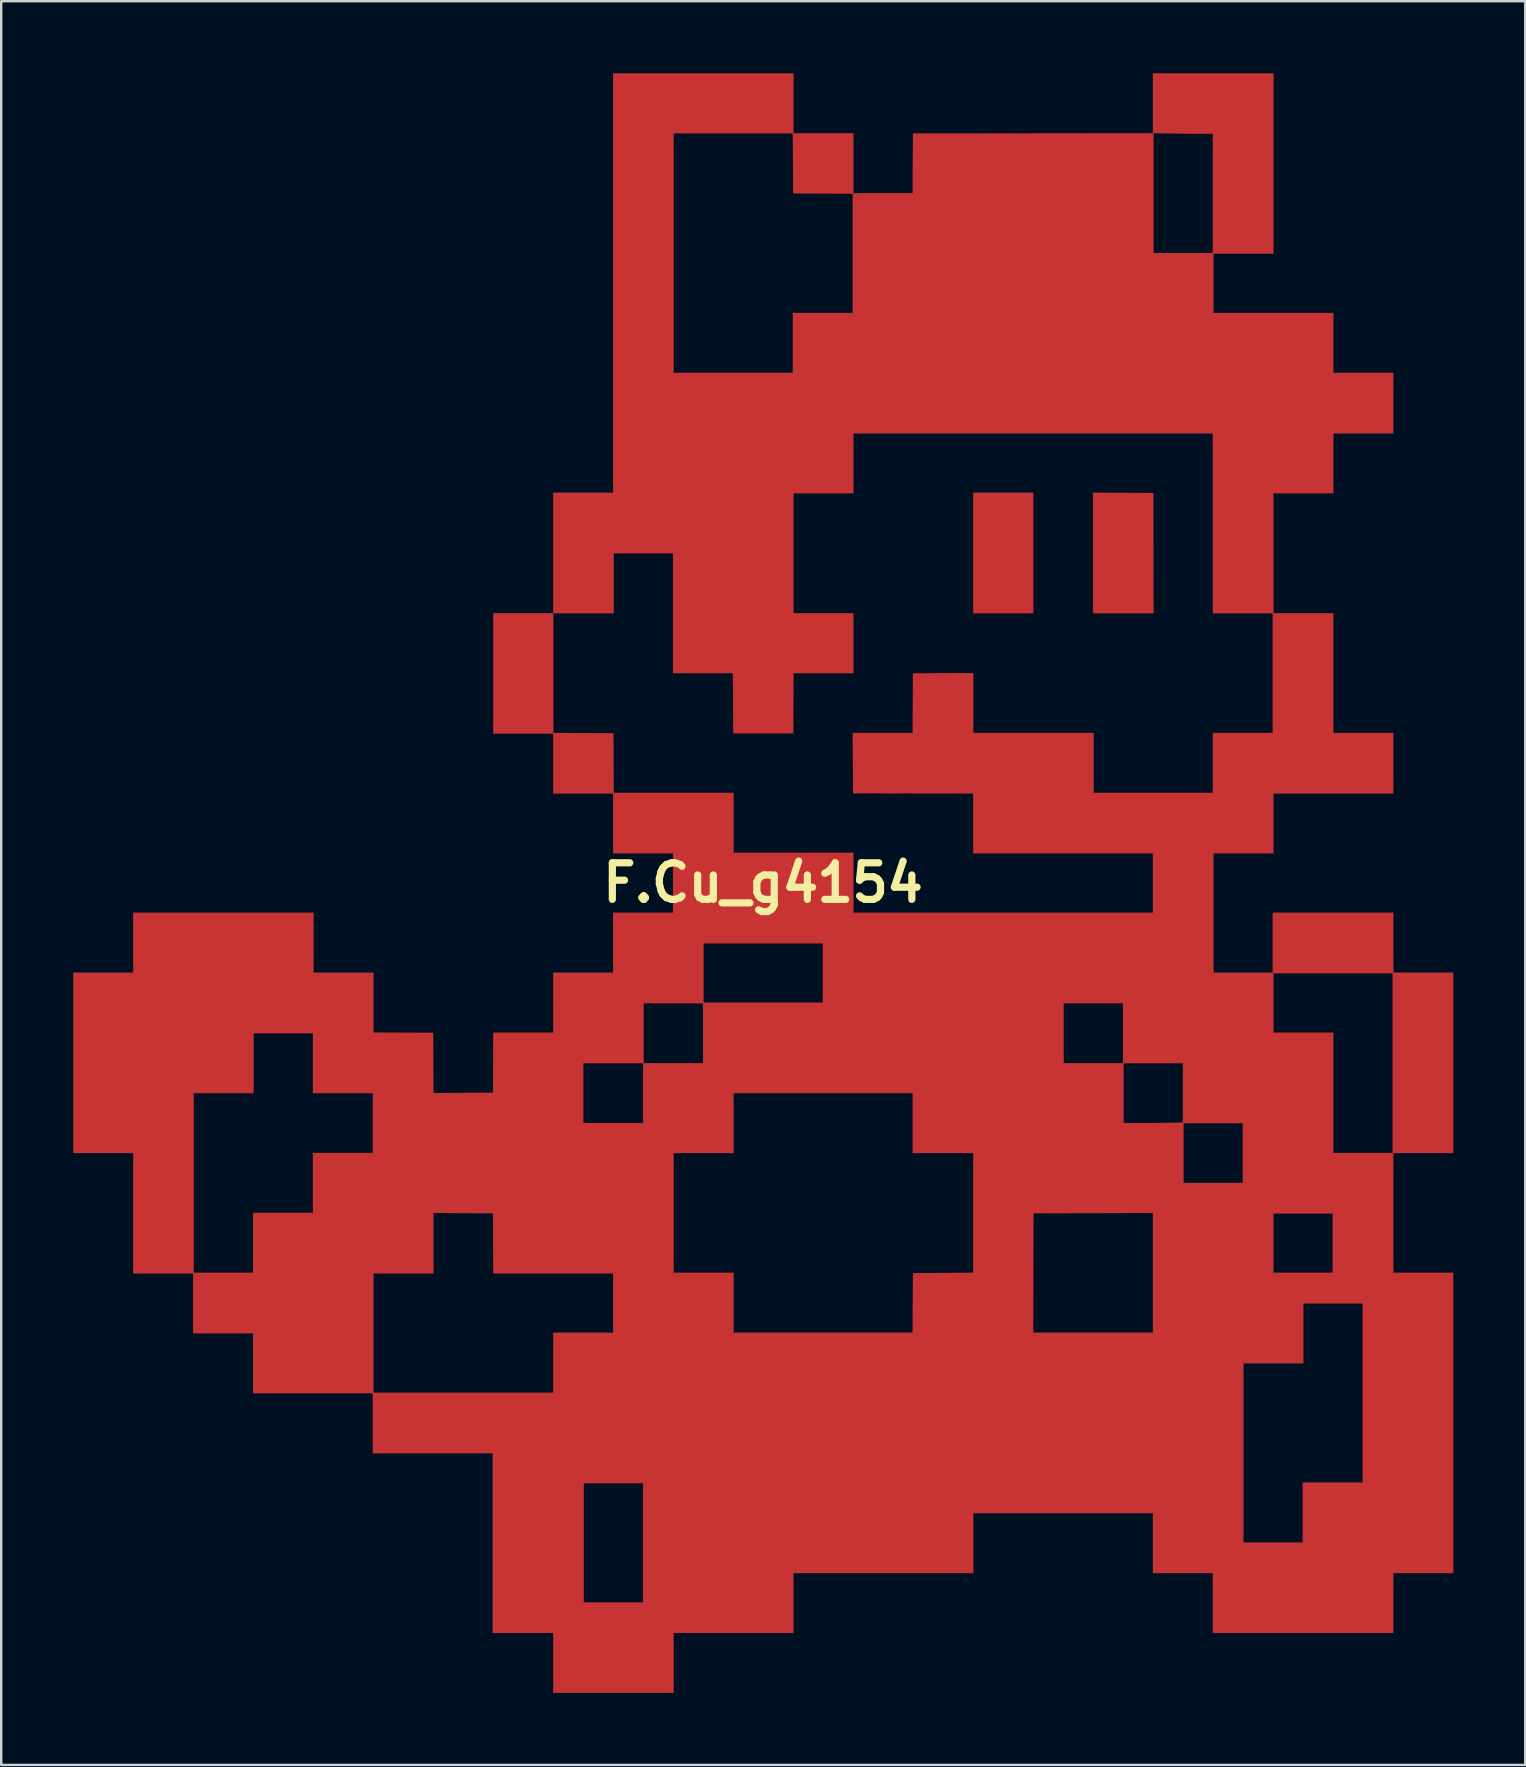
<source format=kicad_pcb>
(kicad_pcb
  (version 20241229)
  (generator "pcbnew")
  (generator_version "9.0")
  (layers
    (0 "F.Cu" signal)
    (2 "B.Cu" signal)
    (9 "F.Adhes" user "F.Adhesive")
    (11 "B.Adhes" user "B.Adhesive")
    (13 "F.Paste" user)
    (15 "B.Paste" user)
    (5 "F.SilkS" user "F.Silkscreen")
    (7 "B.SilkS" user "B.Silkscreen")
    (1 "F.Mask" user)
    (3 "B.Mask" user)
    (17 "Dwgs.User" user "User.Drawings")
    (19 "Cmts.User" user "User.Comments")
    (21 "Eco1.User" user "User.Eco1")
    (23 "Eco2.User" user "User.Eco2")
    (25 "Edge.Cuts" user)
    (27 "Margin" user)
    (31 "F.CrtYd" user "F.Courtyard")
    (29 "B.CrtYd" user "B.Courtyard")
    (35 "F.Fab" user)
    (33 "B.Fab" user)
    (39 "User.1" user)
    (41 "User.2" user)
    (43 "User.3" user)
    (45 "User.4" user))
  (footprint "F.Cu_g4154"
    (layer "F.Cu")
    (at 28.749 33.745)
    (property "Reference" "F.Cu_g4154" (at 0 0 0) (layer "F.SilkS") (effects (font (size 1.524 1.524) (thickness 0.3))))
    (attr through_hole)
    (fp_poly (pts (xy 11.261 -11.239) (xy 8.763 -11.239) (xy 8.763 -16.256) (xy 11.261 -16.256) (xy 11.261 -11.239)) (stroke (width 0.01) (type solid)) (fill yes) (layer "F.Cu"))
    (fp_poly (pts (xy 16.267 -16.245) (xy 16.272 -13.742) (xy 16.277 -11.239) (xy 13.758 -11.239) (xy 13.758 -16.256) (xy 16.267 -16.245)) (stroke (width 0.01) (type solid)) (fill yes) (layer "F.Cu"))
    (fp_poly (pts (xy 1.27 -31.242) (xy 3.768 -31.242) (xy 3.768 -28.744) (xy 6.244 -28.744) (xy 6.249 -29.988) (xy 6.255 -31.231) (xy 16.256 -31.242) (xy 16.256 -33.74) (xy 21.273 -33.74) (xy 21.273 -26.226) (xy 18.775 -26.226) (xy 18.775 -23.749) (xy 23.77 -23.749) (xy 23.77 -21.251) (xy 26.268 -21.251) (xy 26.268 -18.733) (xy 23.77 -18.733) (xy 23.77 -16.235) (xy 21.273 -16.235) (xy 21.273 -11.239) (xy 23.77 -11.239) (xy 23.77 -6.244) (xy 26.268 -6.244) (xy 26.268 -3.725) (xy 21.273 -3.725) (xy 21.273 -1.228) (xy 18.775 -1.228) (xy 18.775 3.747) (xy 21.251 3.747) (xy 21.251 1.249) (xy 26.268 1.249) (xy 26.268 3.747) (xy 28.765 3.747) (xy 28.765 11.261) (xy 26.268 11.261) (xy 26.268 16.256) (xy 28.765 16.256) (xy 28.765 28.765) (xy 26.268 28.765) (xy 26.268 31.263) (xy 18.754 31.263) (xy 18.754 28.765) (xy 16.256 28.765) (xy 16.256 26.268) (xy 8.763 26.268) (xy 8.763 28.765) (xy 1.27 28.765) (xy 1.27 31.263) (xy -3.725 31.263) (xy -3.725 33.761) (xy -8.742 33.761) (xy -8.742 31.263) (xy -11.261 31.263) (xy -11.261 25.019) (xy -7.472 25.019) (xy -7.472 29.993) (xy -4.995 29.993) (xy -4.995 25.019) (xy -7.472 25.019) (xy -11.261 25.019) (xy -11.261 23.77) (xy -16.256 23.77) (xy -16.256 21.273) (xy -21.251 21.273) (xy -21.251 18.775) (xy -23.749 18.775) (xy -23.749 16.277) (xy -16.235 16.277) (xy -16.235 21.251) (xy -8.742 21.251) (xy -8.742 20.024) (xy 20.024 20.024) (xy 20.024 27.495) (xy 22.5 27.495) (xy 22.5 24.998) (xy 24.998 24.998) (xy 24.998 17.526) (xy 22.521 17.526) (xy 22.521 20.024) (xy 20.024 20.024) (xy -8.742 20.024) (xy -8.742 18.754) (xy -6.244 18.754) (xy -6.244 16.277) (xy -11.239 16.277) (xy -11.245 15.023) (xy -11.25 13.769) (xy -13.737 13.758) (xy -13.737 16.277) (xy -16.235 16.277) (xy -23.749 16.277) (xy -26.247 16.277) (xy -26.247 11.261) (xy -28.744 11.261) (xy -28.744 8.763) (xy -23.728 8.763) (xy -23.728 16.256) (xy -21.251 16.256) (xy -21.251 13.758) (xy -18.754 13.758) (xy -18.754 11.261) (xy -16.256 11.261) (xy -3.725 11.261) (xy -3.725 16.256) (xy -1.228 16.256) (xy -1.228 18.754) (xy 6.244 18.754) (xy 11.26 18.754) (xy 16.256 18.754) (xy 16.256 13.78) (xy 21.273 13.78) (xy 21.273 16.256) (xy 23.749 16.256) (xy 23.749 13.78) (xy 21.273 13.78) (xy 16.256 13.78) (xy 16.256 13.758) (xy 11.271 13.769) (xy 11.26 18.754) (xy 6.244 18.754) (xy 6.249 17.51) (xy 6.255 16.267) (xy 8.763 16.256) (xy 8.763 11.261) (xy 6.244 11.261) (xy 6.244 8.763) (xy -1.228 8.763) (xy -1.228 11.261) (xy -3.725 11.261) (xy -16.256 11.261) (xy -16.256 8.763) (xy -18.754 8.763) (xy -18.754 6.265) (xy -21.23 6.265) (xy -21.23 8.763) (xy -23.728 8.763) (xy -28.744 8.763) (xy -28.744 3.747) (xy -26.247 3.747) (xy -26.247 1.249) (xy -18.733 1.249) (xy -18.733 3.747) (xy -16.235 3.747) (xy -16.235 6.244) (xy -14.991 6.249) (xy -13.748 6.255) (xy -13.742 7.509) (xy -13.737 8.763) (xy -12.493 8.758) (xy -11.25 8.752) (xy -11.245 7.514) (xy -7.493 7.514) (xy -7.493 10.012) (xy -4.995 10.012) (xy -4.995 7.514) (xy -7.493 7.514) (xy -11.245 7.514) (xy -11.245 7.498) (xy -11.239 6.244) (xy -8.742 6.244) (xy -8.742 5.016) (xy -4.974 5.016) (xy -4.974 7.514) (xy -2.498 7.514) (xy -2.498 5.016) (xy 12.531 5.016) (xy 12.531 7.514) (xy 15.007 7.514) (xy 15.028 7.514) (xy 15.028 10.012) (xy 17.526 10.012) (xy 17.526 12.509) (xy 20.003 12.509) (xy 20.003 10.012) (xy 17.526 10.012) (xy 15.028 10.012) (xy 16.092 10.012) (xy 16.307 10.011) (xy 16.514 10.011) (xy 16.71 10.009) (xy 16.887 10.008) (xy 17.043 10.006) (xy 17.171 10.003) (xy 17.268 10.001) (xy 17.327 9.998) (xy 17.33 9.998) (xy 17.505 9.984) (xy 17.505 7.514) (xy 15.028 7.514) (xy 15.007 7.514) (xy 15.007 5.016) (xy 12.531 5.016) (xy -2.498 5.016) (xy -4.974 5.016) (xy -8.742 5.016) (xy -8.742 3.747) (xy -6.244 3.747) (xy -6.244 2.519) (xy -2.477 2.519) (xy -2.477 4.995) (xy 2.498 4.995) (xy 2.498 3.768) (xy 21.273 3.768) (xy 21.273 6.244) (xy 23.77 6.244) (xy 23.77 11.261) (xy 26.247 11.261) (xy 26.247 3.768) (xy 21.273 3.768) (xy 2.498 3.768) (xy 2.498 2.519) (xy -2.477 2.519) (xy -6.244 2.519) (xy -6.244 1.249) (xy -3.747 1.249) (xy -3.747 -1.228) (xy -6.244 -1.228) (xy -6.244 -3.725) (xy -8.742 -3.725) (xy -8.742 -6.223) (xy -11.239 -6.223) (xy -11.239 -11.239) (xy -8.742 -11.239) (xy -8.742 -6.245) (xy -7.488 -6.239) (xy -6.234 -6.234) (xy -6.228 -4.99) (xy -6.223 -3.747) (xy -1.228 -3.747) (xy -1.228 -1.249) (xy 3.768 -1.249) (xy 3.768 1.249) (xy 16.256 1.249) (xy 16.256 -1.228) (xy 8.763 -1.228) (xy 8.763 -3.725) (xy 6.26 -3.731) (xy 3.757 -3.736) (xy 3.752 -4.99) (xy 3.746 -6.244) (xy 6.244 -6.244) (xy 6.255 -8.731) (xy 7.509 -8.737) (xy 8.763 -8.742) (xy 8.763 -6.244) (xy 13.78 -6.244) (xy 13.78 -3.747) (xy 18.754 -3.747) (xy 18.754 -6.244) (xy 21.251 -6.244) (xy 21.251 -11.239) (xy 18.754 -11.239) (xy 18.754 -18.733) (xy 3.768 -18.733) (xy 3.768 -16.235) (xy 1.27 -16.235) (xy 1.27 -11.239) (xy 3.768 -11.239) (xy 3.768 -8.742) (xy 1.27 -8.742) (xy 1.265 -7.488) (xy 1.259 -6.234) (xy -1.238 -6.234) (xy -1.244 -7.488) (xy -1.249 -8.742) (xy -3.747 -8.742) (xy -3.747 -13.737) (xy -6.223 -13.737) (xy -6.223 -11.239) (xy -8.742 -11.239) (xy -8.742 -16.256) (xy -6.244 -16.256) (xy -6.244 -31.242) (xy -3.725 -31.242) (xy -3.725 -21.251) (xy 1.249 -21.251) (xy 1.249 -23.749) (xy 3.747 -23.749) (xy 3.747 -26.247) (xy 16.277 -26.247) (xy 18.754 -26.247) (xy 18.754 -31.221) (xy 18.262 -31.221) (xy 18.115 -31.221) (xy 17.935 -31.223) (xy 17.734 -31.225) (xy 17.52 -31.227) (xy 17.305 -31.23) (xy 17.097 -31.234) (xy 17.023 -31.235) (xy 16.277 -31.249) (xy 16.277 -26.247) (xy 3.747 -26.247) (xy 3.747 -28.723) (xy 2.503 -28.728) (xy 1.259 -28.734) (xy 1.248 -31.242) (xy -3.725 -31.242) (xy -6.244 -31.242) (xy -6.244 -33.74) (xy 1.27 -33.74) (xy 1.27 -31.242)) (stroke (width 0.01) (type solid)) (fill yes) (layer "F.Cu")))
  (gr_rect
    (start -3 -3)
    (end 60.52 70.51)
    (stroke (width 0.1) (type default))
    (fill no)
    (layer "Edge.Cuts")))
</source>
